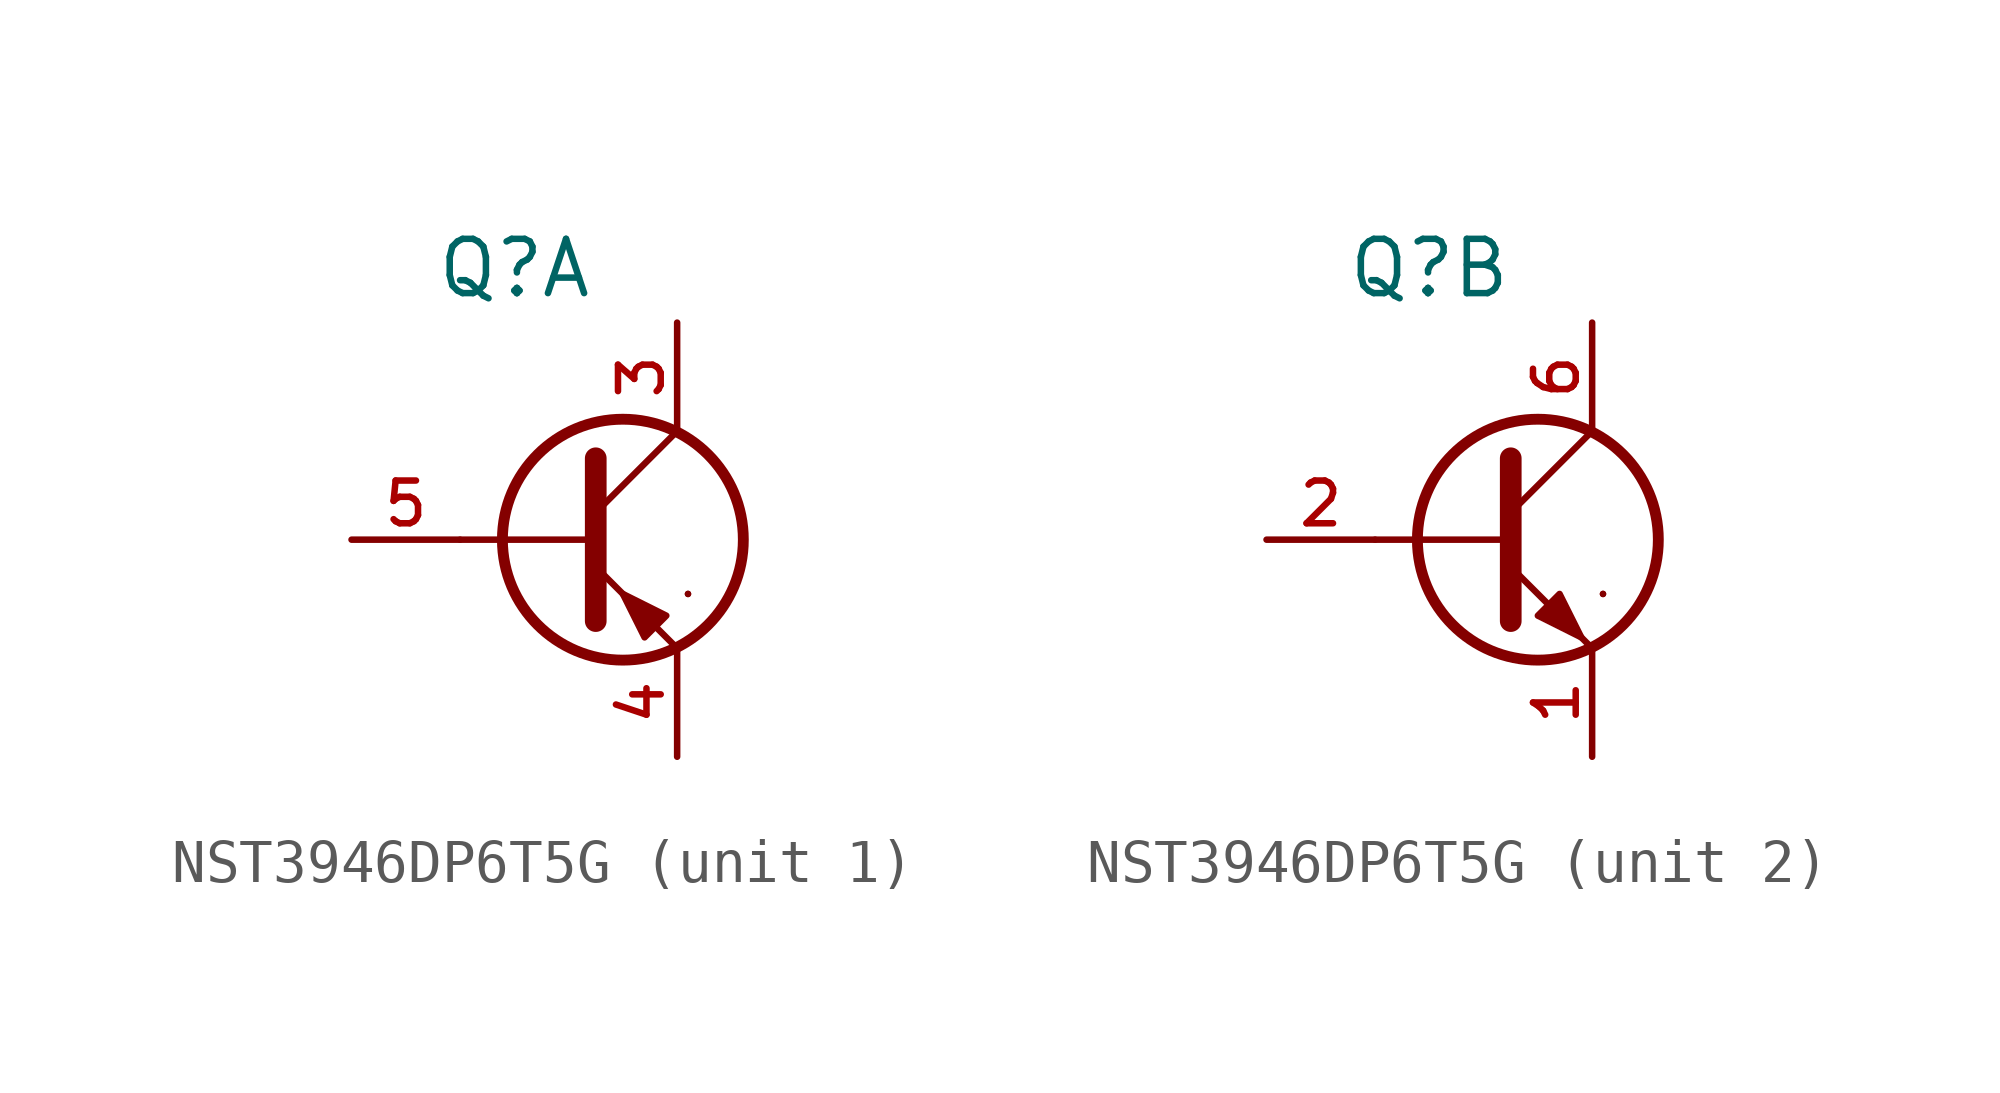
<source format=kicad_sym>
(kicad_symbol_lib
  (version 20220914)
  (generator kicad_symbol_editor)
  (symbol "NST3946DP6T5G"
    (property "Reference" "Q"
      (at -1.27 6.35 0)
      (effects (font (size 1.27 1.27))))
    (property "ki_locked" ""
      (at 0 0 0)
      (effects (font (size 1.27 1.27))))
    (symbol "NST3946DP6T5G_0_1"
      (polyline (pts (xy 2.794 -1.27) (xy 2.794 -1.27)) (stroke (width 0.152) (type default)) (fill (type none)))
      (polyline (pts (xy 2.794 -1.27) (xy 2.794 -1.27)) (stroke (width 0.152) (type default)) (fill (type none))))
    (symbol "NST3946DP6T5G_1_1"
      (polyline (pts (xy -2.54 0) (xy 0.635 0)) (stroke (width 0.152) (type default)) (fill (type none)))
      (polyline (pts (xy 0.635 0.635) (xy 2.54 2.54)) (stroke (width 0) (type default)) (fill (type none)))
      (polyline (pts (xy 0.635 -0.635) (xy 2.54 -2.54) (xy 2.54 -2.54)) (stroke (width 0) (type default)) (fill (type none)))
      (polyline (pts (xy 0.635 1.905) (xy 0.635 -1.905) (xy 0.635 -1.905)) (stroke (width 0.508) (type default)) (fill (type none)))
      (polyline (pts (xy 2.286 -1.778) (xy 1.778 -2.286) (xy 1.27 -1.27) (xy 2.286 -1.778) (xy 2.286 -1.778)) (stroke (width 0) (type default)) (fill (type outline)))
      (circle (center 1.27 0) (radius 2.819) (stroke (width 0.254) (type default)) (fill (type none)))
      (pin passive line (at 2.54 5.08 270) (length 2.54) (name "" (effects (font (size 0.75 0.75)))) (number "3" (effects (font (size 1 1)))))
      (pin passive line (at 2.54 -5.08 90) (length 2.54) (name "" (effects (font (size 0.75 0.75)))) (number "4" (effects (font (size 1 1)))))
      (pin input line (at -5.08 0 0) (length 2.54) (name "" (effects (font (size 0.75 0.75)))) (number "5" (effects (font (size 1 1))))))
    (symbol "NST3946DP6T5G_2_1"
      (polyline (pts (xy -2.54 0) (xy 0.635 0)) (stroke (width 0.152) (type default)) (fill (type none)))
      (polyline (pts (xy 0.635 0.635) (xy 2.54 2.54)) (stroke (width 0) (type default)) (fill (type none)))
      (polyline (pts (xy 0.635 -0.635) (xy 2.54 -2.54) (xy 2.54 -2.54)) (stroke (width 0) (type default)) (fill (type none)))
      (polyline (pts (xy 0.635 1.905) (xy 0.635 -1.905) (xy 0.635 -1.905)) (stroke (width 0.508) (type default)) (fill (type none)))
      (polyline (pts (xy 1.27 -1.778) (xy 1.778 -1.27) (xy 2.286 -2.286) (xy 1.27 -1.778) (xy 1.27 -1.778)) (stroke (width 0) (type default)) (fill (type outline)))
      (circle (center 1.27 0) (radius 2.819) (stroke (width 0.254) (type default)) (fill (type none)))
      (pin passive line (at 2.54 -5.08 90) (length 2.54) (name "" (effects (font (size 0.75 0.75)))) (number "1" (effects (font (size 1 1)))))
      (pin input line (at -5.08 0 0) (length 2.54) (name "" (effects (font (size 0.75 0.75)))) (number "2" (effects (font (size 1 1)))))
      (pin passive line (at 2.54 5.08 270) (length 2.54) (name "" (effects (font (size 0.75 0.75)))) (number "6" (effects (font (size 1 1))))))))
</source>
